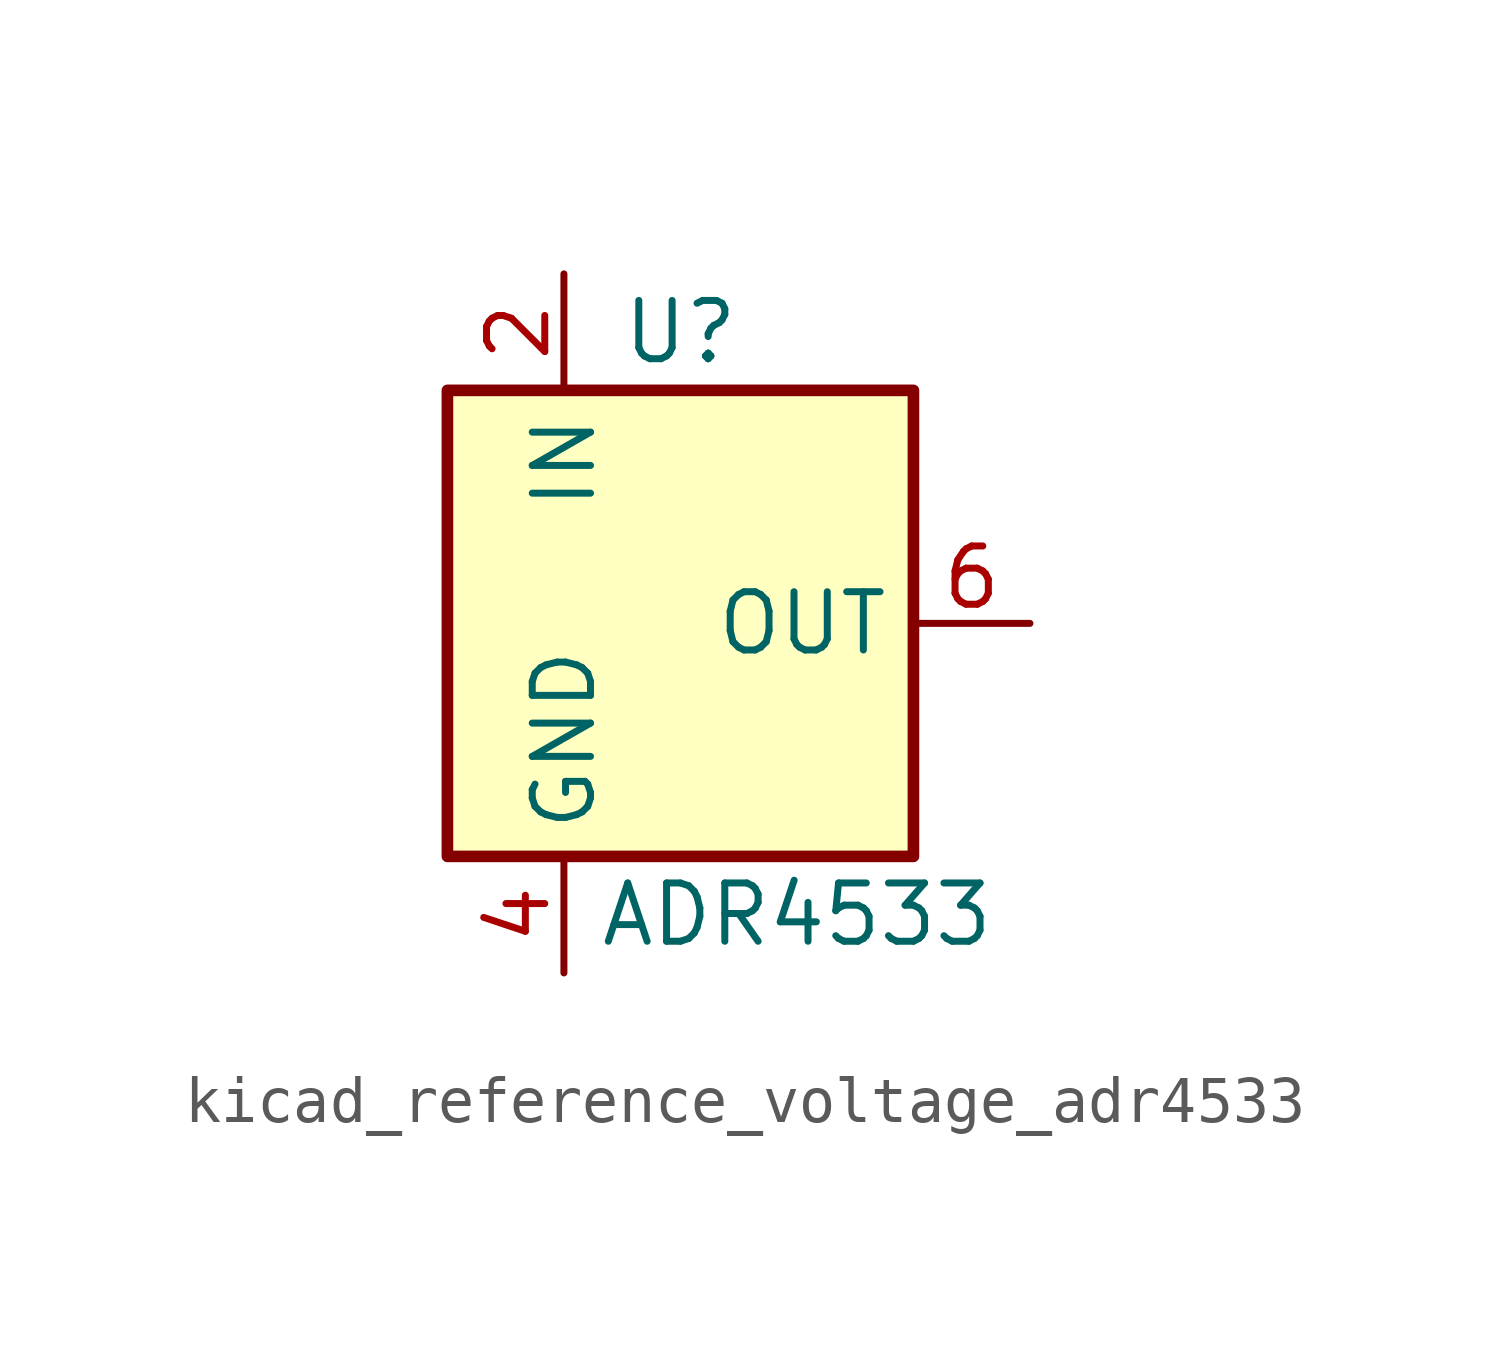
<source format=kicad_sym>
(kicad_symbol_lib
  (version 20220914)
  (generator kicad_symbol_editor)
  (symbol "kicad_reference_voltage_adr4533"
    (property "Reference" "U"
      (at 0 6.35 0)
      (effects (font (size 1.27 1.27))))
    (property "Value" "ADR4533"
      (at 2.54 -6.35 0)
      (effects (font (size 1.27 1.27))))
    (symbol "kicad_reference_voltage_adr4533_0_0"
      (pin no_connect line (at -5.08 0 0) (length 2.54) hide (name "NC" (effects (font (size 1.27 1.27)))) (number "3" (effects (font (size 1.27 1.27)))))
      (pin no_connect line (at 5.08 2.54 180) (length 2.54) hide (name "NC" (effects (font (size 1.27 1.27)))) (number "7" (effects (font (size 1.27 1.27)))))
      (pin no_connect line (at 5.08 -2.54 180) (length 2.54) hide (name "NC" (effects (font (size 1.27 1.27)))) (number "8" (effects (font (size 1.27 1.27))))))
    (symbol "kicad_reference_voltage_adr4533_0_1"
      (rectangle (start -5.08 5.08) (end 5.08 -5.08) (stroke (width 0.254) (type default)) (fill (type background))))
    (symbol "kicad_reference_voltage_adr4533_1_1"
      (pin no_connect line (at -5.08 2.54 0) (length 2.54) hide (name "NC" (effects (font (size 1.27 1.27)))) (number "1" (effects (font (size 1.27 1.27)))))
      (pin power_in line (at -2.54 7.62 270) (length 2.54) (name "IN" (effects (font (size 1.27 1.27)))) (number "2" (effects (font (size 1.27 1.27)))))
      (pin power_in line (at -2.54 -7.62 90) (length 2.54) (name "GND" (effects (font (size 1.27 1.27)))) (number "4" (effects (font (size 1.27 1.27)))))
      (pin no_connect line (at -5.08 -2.54 0) (length 2.54) hide (name "NC" (effects (font (size 1.27 1.27)))) (number "5" (effects (font (size 1.27 1.27)))))
      (pin power_out line (at 7.62 0 180) (length 2.54) (name "OUT" (effects (font (size 1.27 1.27)))) (number "6" (effects (font (size 1.27 1.27))))))))
</source>
